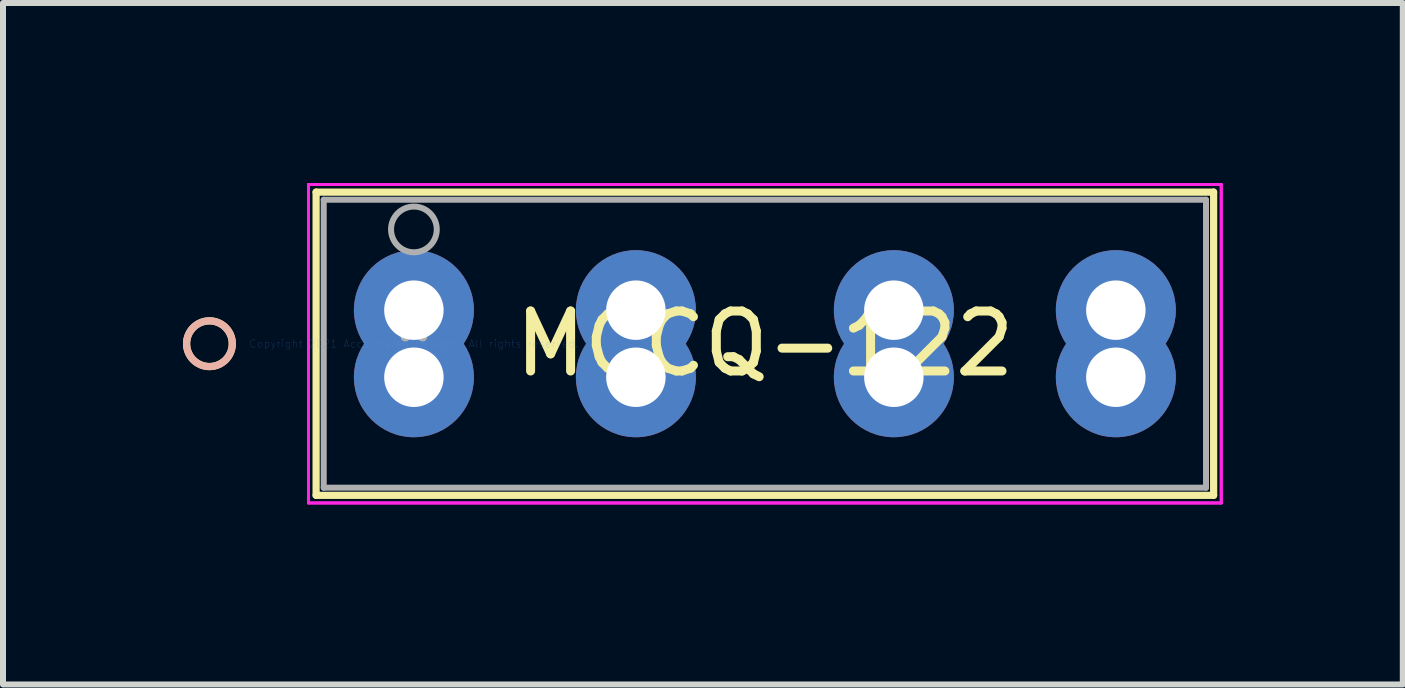
<source format=kicad_pcb>
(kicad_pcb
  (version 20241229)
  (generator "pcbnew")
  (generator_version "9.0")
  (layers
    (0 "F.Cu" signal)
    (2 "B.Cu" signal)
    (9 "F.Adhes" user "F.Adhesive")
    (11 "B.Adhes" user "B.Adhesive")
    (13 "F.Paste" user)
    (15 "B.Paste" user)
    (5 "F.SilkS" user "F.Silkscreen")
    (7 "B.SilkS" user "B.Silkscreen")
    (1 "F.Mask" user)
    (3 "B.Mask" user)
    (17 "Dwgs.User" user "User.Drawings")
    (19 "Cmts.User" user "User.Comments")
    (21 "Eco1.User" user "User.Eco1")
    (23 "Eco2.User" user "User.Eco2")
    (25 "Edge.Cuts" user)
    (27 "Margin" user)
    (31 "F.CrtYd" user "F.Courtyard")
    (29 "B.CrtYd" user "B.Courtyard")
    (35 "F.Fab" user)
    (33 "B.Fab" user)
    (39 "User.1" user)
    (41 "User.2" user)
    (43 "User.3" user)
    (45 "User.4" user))
  (footprint "MCCQ-122"
    (layer "F.Cu")
    (at 3.849 2.679)
    (property "Reference" "MCCQ-122" (at 5.85 0 0) (layer "F.SilkS") (effects (font (size 1 1) (thickness 0.15))))
    (attr through_hole)
    (fp_line (start -1.63 -2.527) (end -1.63 2.527) (stroke (width 0.12) (type solid)) (layer "F.SilkS"))
    (fp_line (start -1.63 2.527) (end 13.33 2.527) (stroke (width 0.12) (type solid)) (layer "F.SilkS"))
    (fp_line (start 13.33 -2.527) (end -1.63 -2.527) (stroke (width 0.12) (type solid)) (layer "F.SilkS"))
    (fp_line (start 13.33 2.527) (end 13.33 -2.527) (stroke (width 0.12) (type solid)) (layer "F.SilkS"))
    (fp_circle (center -3.408 0) (end -3.027 0) (stroke (width 0.12) (type solid)) (fill no) (layer "F.SilkS"))
    (fp_circle (center -3.408 0) (end -3.027 0) (stroke (width 0.12) (type solid)) (fill no) (layer "B.SilkS"))
    (fp_line (start -1.757 -2.654) (end -1.757 2.654) (stroke (width 0.05) (type solid)) (layer "F.CrtYd"))
    (fp_line (start -1.757 -2.654) (end -1.757 2.654) (stroke (width 0.05) (type solid)) (layer "F.CrtYd"))
    (fp_line (start -1.757 2.654) (end 13.457 2.654) (stroke (width 0.05) (type solid)) (layer "F.CrtYd"))
    (fp_line (start -1.757 2.654) (end 13.457 2.654) (stroke (width 0.05) (type solid)) (layer "F.CrtYd"))
    (fp_line (start 13.457 -2.654) (end -1.757 -2.654) (stroke (width 0.05) (type solid)) (layer "F.CrtYd"))
    (fp_line (start 13.457 -2.654) (end -1.757 -2.654) (stroke (width 0.05) (type solid)) (layer "F.CrtYd"))
    (fp_line (start 13.457 2.654) (end 13.457 -2.654) (stroke (width 0.05) (type solid)) (layer "F.CrtYd"))
    (fp_line (start 13.457 2.654) (end 13.457 -2.654) (stroke (width 0.05) (type solid)) (layer "F.CrtYd"))
    (fp_line (start -1.503 -2.4) (end -1.503 2.4) (stroke (width 0.1) (type solid)) (layer "F.Fab"))
    (fp_line (start -1.503 2.4) (end 13.203 2.4) (stroke (width 0.1) (type solid)) (layer "F.Fab"))
    (fp_line (start 13.203 -2.4) (end -1.503 -2.4) (stroke (width 0.1) (type solid)) (layer "F.Fab"))
    (fp_line (start 13.203 2.4) (end 13.203 -2.4) (stroke (width 0.1) (type solid)) (layer "F.Fab"))
    (fp_circle (center 0 -1.905) (end 0.381 -1.905) (stroke (width 0.1) (type solid)) (fill no) (layer "F.Fab"))
    (fp_text user "*" (at 0 0 0) (layer "F.SilkS") (effects (font (size 1 1) (thickness 0.15))))
    (fp_text user "Copyright 2021 Accelerated Designs. All rights reserved." (at 0 0 0) (layer "Cmts.User") (effects (font (size 0.127 0.127) (thickness 0.002))))
    (fp_text user "*" (at 0 0 0) (layer "F.Fab") (effects (font (size 1 1) (thickness 0.15))))
    (pad "1" thru_hole circle (at 0.000003 -0.559) (size 2 2) (drill 0.991) (layers "*.Cu" "*.Mask"))
    (pad "1" thru_hole circle (at 0.000003 0.559) (size 2 2) (drill 0.991) (layers "*.Cu" "*.Mask"))
    (pad "1" thru_hole circle (at 3.7 -0.559) (size 2 2) (drill 0.991) (layers "*.Cu" "*.Mask"))
    (pad "1" thru_hole circle (at 3.7 0.559) (size 2 2) (drill 0.991) (layers "*.Cu" "*.Mask"))
    (pad "2" thru_hole circle (at 8 -0.559) (size 2 2) (drill 0.991) (layers "*.Cu" "*.Mask"))
    (pad "2" thru_hole circle (at 8 0.559) (size 2 2) (drill 0.991) (layers "*.Cu" "*.Mask"))
    (pad "2" thru_hole circle (at 11.7 -0.559) (size 2 2) (drill 0.991) (layers "*.Cu" "*.Mask"))
    (pad "2" thru_hole circle (at 11.7 0.559) (size 2 2) (drill 0.991) (layers "*.Cu" "*.Mask")))
  (gr_rect
    (start -3 -3)
    (end 20.332 8.359)
    (stroke (width 0.1) (type default))
    (fill no)
    (layer "Edge.Cuts")))
</source>
